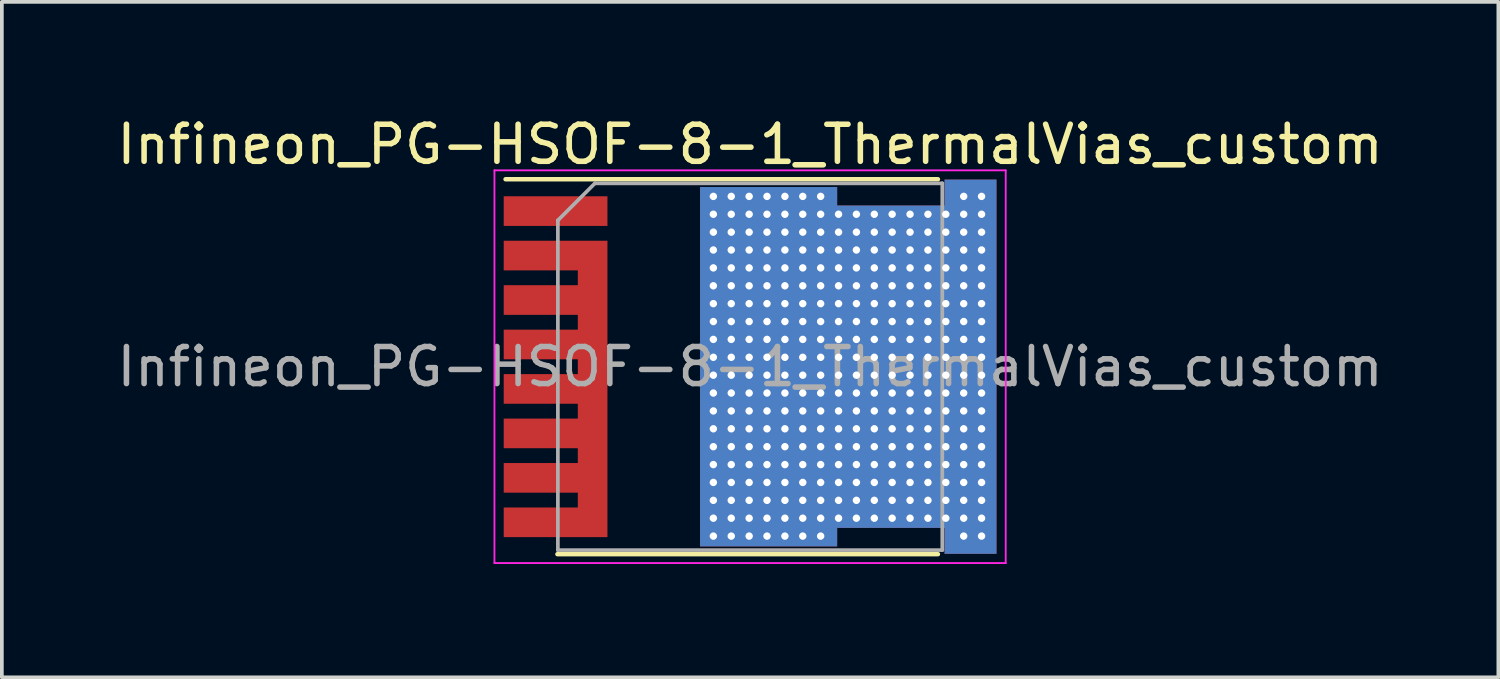
<source format=kicad_pcb>
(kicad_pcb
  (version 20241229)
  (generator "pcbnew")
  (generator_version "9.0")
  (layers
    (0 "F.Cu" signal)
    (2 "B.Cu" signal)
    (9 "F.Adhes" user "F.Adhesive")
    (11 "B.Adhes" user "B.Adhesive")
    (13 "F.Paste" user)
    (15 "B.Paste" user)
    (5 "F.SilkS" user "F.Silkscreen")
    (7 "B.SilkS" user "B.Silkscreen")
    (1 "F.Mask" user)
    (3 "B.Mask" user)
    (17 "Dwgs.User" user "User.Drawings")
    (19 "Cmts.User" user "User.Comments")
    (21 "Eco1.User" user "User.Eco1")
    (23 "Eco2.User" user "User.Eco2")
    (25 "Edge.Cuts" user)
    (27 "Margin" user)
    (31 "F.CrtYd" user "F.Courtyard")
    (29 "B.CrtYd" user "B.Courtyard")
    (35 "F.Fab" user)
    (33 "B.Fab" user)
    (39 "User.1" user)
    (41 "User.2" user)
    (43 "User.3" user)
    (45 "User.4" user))
  (footprint "Infineon_PG-HSOF-8-1_ThermalVias_custom"
    (layer "F.Cu")
    (at 17.196 6.848)
    (property "Reference" "Infineon_PG-HSOF-8-1_ThermalVias_custom" (at 0 -6 0) (layer "F.SilkS") (effects (font (size 1 1) (thickness 0.15))))
    (attr smd)
    (fp_poly (pts (xy 6.858 5.334) (xy -1.524 5.334) (xy -1.524 -5.334) (xy 6.858 -5.334)) (stroke (width 0.1) (type solid)) (fill yes) (layer "B.Mask"))
    (fp_line (start -5.2 5.06) (end 5.07 5.06) (stroke (width 0.12) (type solid)) (layer "F.SilkS"))
    (fp_line (start 5.07 -5.06) (end -6.6 -5.06) (stroke (width 0.12) (type solid)) (layer "F.SilkS"))
    (fp_line (start -6.9 5.3) (end -6.9 -5.3) (stroke (width 0.05) (type solid)) (layer "F.CrtYd"))
    (fp_line (start -6.9 5.3) (end 6.9 5.3) (stroke (width 0.05) (type solid)) (layer "F.CrtYd"))
    (fp_line (start 6.9 -5.3) (end -6.9 -5.3) (stroke (width 0.05) (type solid)) (layer "F.CrtYd"))
    (fp_line (start 6.9 -5.3) (end 6.9 5.3) (stroke (width 0.05) (type solid)) (layer "F.CrtYd"))
    (fp_line (start -5.188 4.95) (end -5.188 -3.95) (stroke (width 0.1) (type solid)) (layer "F.Fab"))
    (fp_line (start -4.188 -4.95) (end -5.188 -3.95) (stroke (width 0.1) (type solid)) (layer "F.Fab"))
    (fp_line (start -4.188 -4.95) (end 5.188 -4.95) (stroke (width 0.1) (type solid)) (layer "F.Fab"))
    (fp_line (start 5.188 -4.95) (end 5.188 4.95) (stroke (width 0.1) (type solid)) (layer "F.Fab"))
    (fp_line (start 5.188 4.95) (end -5.188 4.95) (stroke (width 0.1) (type solid)) (layer "F.Fab"))
    (fp_text user "${REFERENCE}" (at 0 0 0) (layer "F.Fab") (effects (font (size 1 1) (thickness 0.15))))
    (pad "" smd rect (at -5.25 -4.2) (size 2.6 0.7) (layers "F.Paste"))
    (pad "" smd rect (at -5.25 -3) (size 2.6 0.7) (layers "F.Paste"))
    (pad "" smd rect (at -5.25 -1.8) (size 2.6 0.7) (layers "F.Paste"))
    (pad "" smd rect (at -5.25 -0.6) (size 2.6 0.7) (layers "F.Paste"))
    (pad "" smd rect (at -5.25 0.6) (size 2.6 0.7) (layers "F.Paste"))
    (pad "" smd rect (at -5.25 1.8) (size 2.6 0.7) (layers "F.Paste"))
    (pad "" smd rect (at -5.25 3) (size 2.6 0.7) (layers "F.Paste"))
    (pad "" smd rect (at -5.25 4.2) (size 2.6 0.7) (layers "F.Paste"))
    (pad "" smd circle (at -0.07 -4.2) (size 1 1) (layers "F.Paste"))
    (pad "" smd circle (at -0.07 -3) (size 1 1) (layers "F.Paste"))
    (pad "" smd circle (at -0.07 -1.8) (size 1 1) (layers "F.Paste"))
    (pad "" smd circle (at -0.07 -0.6) (size 1 1) (layers "F.Paste"))
    (pad "" smd circle (at -0.07 0.6) (size 1 1) (layers "F.Paste"))
    (pad "" smd circle (at -0.07 1.8) (size 1 1) (layers "F.Paste"))
    (pad "" smd circle (at -0.07 3) (size 1 1) (layers "F.Paste"))
    (pad "" smd circle (at -0.07 4.2) (size 1 1) (layers "F.Paste"))
    (pad "" smd circle (at 1.13 -4.2) (size 1 1) (layers "F.Paste"))
    (pad "" smd circle (at 1.13 -3) (size 1 1) (layers "F.Paste"))
    (pad "" smd circle (at 1.13 -1.8) (size 1 1) (layers "F.Paste"))
    (pad "" smd circle (at 1.13 -0.6) (size 1 1) (layers "F.Paste"))
    (pad "" smd circle (at 1.13 0.6) (size 1 1) (layers "F.Paste"))
    (pad "" smd circle (at 1.13 1.8) (size 1 1) (layers "F.Paste"))
    (pad "" smd circle (at 1.13 3) (size 1 1) (layers "F.Paste"))
    (pad "" smd circle (at 1.13 4.2) (size 1 1) (layers "F.Paste"))
    (pad "" smd circle (at 2.33 -3) (size 1 1) (layers "F.Paste"))
    (pad "" smd circle (at 2.33 -1.8) (size 1 1) (layers "F.Paste"))
    (pad "" smd circle (at 2.33 -0.6) (size 1 1) (layers "F.Paste"))
    (pad "" smd circle (at 2.33 0.6) (size 1 1) (layers "F.Paste"))
    (pad "" smd circle (at 2.33 1.8) (size 1 1) (layers "F.Paste"))
    (pad "" smd circle (at 2.33 3) (size 1 1) (layers "F.Paste"))
    (pad "" smd circle (at 3.53 -3) (size 1 1) (layers "F.Paste"))
    (pad "" smd circle (at 3.53 -1.8) (size 1 1) (layers "F.Paste"))
    (pad "" smd circle (at 3.53 -0.6) (size 1 1) (layers "F.Paste"))
    (pad "" smd circle (at 3.53 0.6) (size 1 1) (layers "F.Paste"))
    (pad "" smd circle (at 3.53 1.8) (size 1 1) (layers "F.Paste"))
    (pad "" smd circle (at 3.53 3) (size 1 1) (layers "F.Paste"))
    (pad "" smd circle (at 4.73 -3) (size 1 1) (layers "F.Paste"))
    (pad "" smd circle (at 4.73 -1.8) (size 1 1) (layers "F.Paste"))
    (pad "" smd circle (at 4.73 -0.6) (size 1 1) (layers "F.Paste"))
    (pad "" smd circle (at 4.73 0.6) (size 1 1) (layers "F.Paste"))
    (pad "" smd circle (at 4.73 1.8) (size 1 1) (layers "F.Paste"))
    (pad "" smd circle (at 4.73 3) (size 1 1) (layers "F.Paste"))
    (pad "" smd circle (at 5.93 -4.2) (size 1 1) (layers "F.Paste"))
    (pad "" smd circle (at 5.93 -3) (size 1 1) (layers "F.Paste"))
    (pad "" smd circle (at 5.93 -1.8) (size 1 1) (layers "F.Paste"))
    (pad "" smd circle (at 5.93 -0.6) (size 1 1) (layers "F.Paste"))
    (pad "" smd circle (at 5.93 0.6) (size 1 1) (layers "F.Paste"))
    (pad "" smd circle (at 5.93 1.8) (size 1 1) (layers "F.Paste"))
    (pad "" smd circle (at 5.93 3) (size 1 1) (layers "F.Paste"))
    (pad "" smd circle (at 5.93 4.2) (size 1 1) (layers "F.Paste"))
    (pad "1" smd rect (at -5.25 -4.2) (size 2.8 0.8) (layers "F.Cu" "F.Mask"))
    (pad "2" smd custom (at -4.25 0.6) (size 0.8 8) (layers "F.Cu" "F.Mask") (options (anchor rect)) (primitives (gr_poly (pts (xy -0.4 -4) (xy -2.4 -4) (xy -2.4 -3.2) (xy -0.4 -3.2)) (width 0) (fill yes)) (gr_poly (pts (xy -0.4 -2.8) (xy -2.4 -2.8) (xy -2.4 -2) (xy -0.4 -2)) (width 0) (fill yes)) (gr_poly (pts (xy -0.4 -1.6) (xy -2.4 -1.6) (xy -2.4 -0.8) (xy -0.4 -0.8)) (width 0) (fill yes)) (gr_poly (pts (xy -0.4 -0.4) (xy -2.4 -0.4) (xy -2.4 0.4) (xy -0.4 0.4)) (width 0) (fill yes)) (gr_poly (pts (xy -0.4 0.8) (xy -2.4 0.8) (xy -2.4 1.6) (xy -0.4 1.6)) (width 0) (fill yes)) (gr_poly (pts (xy -0.4 2) (xy -2.4 2) (xy -2.4 2.8) (xy -0.4 2.8)) (width 0) (fill yes)) (gr_poly (pts (xy -0.4 3.2) (xy -2.4 3.2) (xy -2.4 4) (xy -0.4 4)) (width 0) (fill yes))))
    (pad "3" thru_hole circle (at -0.991 -4.597) (size 0.4 0.4) (drill 0.2) (layers "*.Cu"))
    (pad "3" thru_hole circle (at -0.991 -4.115) (size 0.4 0.4) (drill 0.2) (layers "*.Cu"))
    (pad "3" thru_hole circle (at -0.991 -3.632) (size 0.4 0.4) (drill 0.2) (layers "*.Cu"))
    (pad "3" thru_hole circle (at -0.991 -3.15) (size 0.4 0.4) (drill 0.2) (layers "*.Cu"))
    (pad "3" thru_hole circle (at -0.991 -2.667) (size 0.4 0.4) (drill 0.2) (layers "*.Cu"))
    (pad "3" thru_hole circle (at -0.991 -2.184) (size 0.4 0.4) (drill 0.2) (layers "*.Cu"))
    (pad "3" thru_hole circle (at -0.991 -1.702) (size 0.4 0.4) (drill 0.2) (layers "*.Cu"))
    (pad "3" thru_hole circle (at -0.991 -1.219) (size 0.4 0.4) (drill 0.2) (layers "*.Cu"))
    (pad "3" thru_hole circle (at -0.991 -0.737) (size 0.4 0.4) (drill 0.2) (layers "*.Cu"))
    (pad "3" thru_hole circle (at -0.991 -0.254) (size 0.4 0.4) (drill 0.2) (layers "*.Cu"))
    (pad "3" thru_hole circle (at -0.991 0.229) (size 0.4 0.4) (drill 0.2) (layers "*.Cu"))
    (pad "3" thru_hole circle (at -0.991 0.711) (size 0.4 0.4) (drill 0.2) (layers "*.Cu"))
    (pad "3" thru_hole circle (at -0.991 1.194) (size 0.4 0.4) (drill 0.2) (layers "*.Cu"))
    (pad "3" thru_hole circle (at -0.991 1.676) (size 0.4 0.4) (drill 0.2) (layers "*.Cu"))
    (pad "3" thru_hole circle (at -0.991 2.159) (size 0.4 0.4) (drill 0.2) (layers "*.Cu"))
    (pad "3" thru_hole circle (at -0.991 2.642) (size 0.4 0.4) (drill 0.2) (layers "*.Cu"))
    (pad "3" thru_hole circle (at -0.991 3.124) (size 0.4 0.4) (drill 0.2) (layers "*.Cu"))
    (pad "3" thru_hole circle (at -0.991 3.607) (size 0.4 0.4) (drill 0.2) (layers "*.Cu"))
    (pad "3" thru_hole circle (at -0.991 4.089) (size 0.4 0.4) (drill 0.2) (layers "*.Cu"))
    (pad "3" thru_hole circle (at -0.991 4.572) (size 0.4 0.4) (drill 0.2) (layers "*.Cu"))
    (pad "3" thru_hole circle (at -0.508 -4.597) (size 0.4 0.4) (drill 0.2) (layers "*.Cu"))
    (pad "3" thru_hole circle (at -0.508 -4.115) (size 0.4 0.4) (drill 0.2) (layers "*.Cu"))
    (pad "3" thru_hole circle (at -0.508 -3.632) (size 0.4 0.4) (drill 0.2) (layers "*.Cu"))
    (pad "3" thru_hole circle (at -0.508 -3.15) (size 0.4 0.4) (drill 0.2) (layers "*.Cu"))
    (pad "3" thru_hole circle (at -0.508 -2.667) (size 0.4 0.4) (drill 0.2) (layers "*.Cu"))
    (pad "3" thru_hole circle (at -0.508 -2.184) (size 0.4 0.4) (drill 0.2) (layers "*.Cu"))
    (pad "3" thru_hole circle (at -0.508 -1.702) (size 0.4 0.4) (drill 0.2) (layers "*.Cu"))
    (pad "3" thru_hole circle (at -0.508 -1.219) (size 0.4 0.4) (drill 0.2) (layers "*.Cu"))
    (pad "3" thru_hole circle (at -0.508 -0.737) (size 0.4 0.4) (drill 0.2) (layers "*.Cu"))
    (pad "3" thru_hole circle (at -0.508 -0.254) (size 0.4 0.4) (drill 0.2) (layers "*.Cu"))
    (pad "3" thru_hole circle (at -0.508 0.229) (size 0.4 0.4) (drill 0.2) (layers "*.Cu"))
    (pad "3" thru_hole circle (at -0.508 0.711) (size 0.4 0.4) (drill 0.2) (layers "*.Cu"))
    (pad "3" thru_hole circle (at -0.508 1.194) (size 0.4 0.4) (drill 0.2) (layers "*.Cu"))
    (pad "3" thru_hole circle (at -0.508 1.676) (size 0.4 0.4) (drill 0.2) (layers "*.Cu"))
    (pad "3" thru_hole circle (at -0.508 2.159) (size 0.4 0.4) (drill 0.2) (layers "*.Cu"))
    (pad "3" thru_hole circle (at -0.508 2.642) (size 0.4 0.4) (drill 0.2) (layers "*.Cu"))
    (pad "3" thru_hole circle (at -0.508 3.124) (size 0.4 0.4) (drill 0.2) (layers "*.Cu"))
    (pad "3" thru_hole circle (at -0.508 3.607) (size 0.4 0.4) (drill 0.2) (layers "*.Cu"))
    (pad "3" thru_hole circle (at -0.508 4.089) (size 0.4 0.4) (drill 0.2) (layers "*.Cu"))
    (pad "3" thru_hole circle (at -0.508 4.572) (size 0.4 0.4) (drill 0.2) (layers "*.Cu"))
    (pad "3" thru_hole circle (at -0.025 -4.597) (size 0.4 0.4) (drill 0.2) (layers "*.Cu"))
    (pad "3" thru_hole circle (at -0.025 -4.115) (size 0.4 0.4) (drill 0.2) (layers "*.Cu"))
    (pad "3" thru_hole circle (at -0.025 -3.632) (size 0.4 0.4) (drill 0.2) (layers "*.Cu"))
    (pad "3" thru_hole circle (at -0.025 -3.15) (size 0.4 0.4) (drill 0.2) (layers "*.Cu"))
    (pad "3" thru_hole circle (at -0.025 -2.667) (size 0.4 0.4) (drill 0.2) (layers "*.Cu"))
    (pad "3" thru_hole circle (at -0.025 -2.184) (size 0.4 0.4) (drill 0.2) (layers "*.Cu"))
    (pad "3" thru_hole circle (at -0.025 -1.702) (size 0.4 0.4) (drill 0.2) (layers "*.Cu"))
    (pad "3" thru_hole circle (at -0.025 -1.219) (size 0.4 0.4) (drill 0.2) (layers "*.Cu"))
    (pad "3" thru_hole circle (at -0.025 -0.737) (size 0.4 0.4) (drill 0.2) (layers "*.Cu"))
    (pad "3" thru_hole circle (at -0.025 -0.254) (size 0.4 0.4) (drill 0.2) (layers "*.Cu"))
    (pad "3" thru_hole circle (at -0.025 0.229) (size 0.4 0.4) (drill 0.2) (layers "*.Cu"))
    (pad "3" thru_hole circle (at -0.025 0.711) (size 0.4 0.4) (drill 0.2) (layers "*.Cu"))
    (pad "3" thru_hole circle (at -0.025 1.194) (size 0.4 0.4) (drill 0.2) (layers "*.Cu"))
    (pad "3" thru_hole circle (at -0.025 1.676) (size 0.4 0.4) (drill 0.2) (layers "*.Cu"))
    (pad "3" thru_hole circle (at -0.025 2.159) (size 0.4 0.4) (drill 0.2) (layers "*.Cu"))
    (pad "3" thru_hole circle (at -0.025 2.642) (size 0.4 0.4) (drill 0.2) (layers "*.Cu"))
    (pad "3" thru_hole circle (at -0.025 3.124) (size 0.4 0.4) (drill 0.2) (layers "*.Cu"))
    (pad "3" thru_hole circle (at -0.025 3.607) (size 0.4 0.4) (drill 0.2) (layers "*.Cu"))
    (pad "3" thru_hole circle (at -0.025 4.089) (size 0.4 0.4) (drill 0.2) (layers "*.Cu"))
    (pad "3" thru_hole circle (at -0.025 4.572) (size 0.4 0.4) (drill 0.2) (layers "*.Cu"))
    (pad "3" thru_hole circle (at 0.457 -4.597) (size 0.4 0.4) (drill 0.2) (layers "*.Cu"))
    (pad "3" thru_hole circle (at 0.457 -4.115) (size 0.4 0.4) (drill 0.2) (layers "*.Cu"))
    (pad "3" thru_hole circle (at 0.457 -3.632) (size 0.4 0.4) (drill 0.2) (layers "*.Cu"))
    (pad "3" thru_hole circle (at 0.457 -3.15) (size 0.4 0.4) (drill 0.2) (layers "*.Cu"))
    (pad "3" thru_hole circle (at 0.457 -2.667) (size 0.4 0.4) (drill 0.2) (layers "*.Cu"))
    (pad "3" thru_hole circle (at 0.457 -2.184) (size 0.4 0.4) (drill 0.2) (layers "*.Cu"))
    (pad "3" thru_hole circle (at 0.457 -1.702) (size 0.4 0.4) (drill 0.2) (layers "*.Cu"))
    (pad "3" thru_hole circle (at 0.457 -1.219) (size 0.4 0.4) (drill 0.2) (layers "*.Cu"))
    (pad "3" thru_hole circle (at 0.457 -0.737) (size 0.4 0.4) (drill 0.2) (layers "*.Cu"))
    (pad "3" thru_hole circle (at 0.457 -0.254) (size 0.4 0.4) (drill 0.2) (layers "*.Cu"))
    (pad "3" thru_hole circle (at 0.457 0.229) (size 0.4 0.4) (drill 0.2) (layers "*.Cu"))
    (pad "3" thru_hole circle (at 0.457 0.711) (size 0.4 0.4) (drill 0.2) (layers "*.Cu"))
    (pad "3" thru_hole circle (at 0.457 1.194) (size 0.4 0.4) (drill 0.2) (layers "*.Cu"))
    (pad "3" thru_hole circle (at 0.457 1.676) (size 0.4 0.4) (drill 0.2) (layers "*.Cu"))
    (pad "3" thru_hole circle (at 0.457 2.159) (size 0.4 0.4) (drill 0.2) (layers "*.Cu"))
    (pad "3" thru_hole circle (at 0.457 2.642) (size 0.4 0.4) (drill 0.2) (layers "*.Cu"))
    (pad "3" thru_hole circle (at 0.457 3.124) (size 0.4 0.4) (drill 0.2) (layers "*.Cu"))
    (pad "3" thru_hole circle (at 0.457 3.607) (size 0.4 0.4) (drill 0.2) (layers "*.Cu"))
    (pad "3" thru_hole circle (at 0.457 4.089) (size 0.4 0.4) (drill 0.2) (layers "*.Cu"))
    (pad "3" thru_hole circle (at 0.457 4.572) (size 0.4 0.4) (drill 0.2) (layers "*.Cu"))
    (pad "3" thru_hole circle (at 0.94 -4.597) (size 0.4 0.4) (drill 0.2) (layers "*.Cu"))
    (pad "3" thru_hole circle (at 0.94 -4.115) (size 0.4 0.4) (drill 0.2) (layers "*.Cu"))
    (pad "3" thru_hole circle (at 0.94 -3.632) (size 0.4 0.4) (drill 0.2) (layers "*.Cu"))
    (pad "3" thru_hole circle (at 0.94 -3.15) (size 0.4 0.4) (drill 0.2) (layers "*.Cu"))
    (pad "3" thru_hole circle (at 0.94 -2.667) (size 0.4 0.4) (drill 0.2) (layers "*.Cu"))
    (pad "3" thru_hole circle (at 0.94 -2.184) (size 0.4 0.4) (drill 0.2) (layers "*.Cu"))
    (pad "3" thru_hole circle (at 0.94 -1.702) (size 0.4 0.4) (drill 0.2) (layers "*.Cu"))
    (pad "3" thru_hole circle (at 0.94 -1.219) (size 0.4 0.4) (drill 0.2) (layers "*.Cu"))
    (pad "3" thru_hole circle (at 0.94 -0.737) (size 0.4 0.4) (drill 0.2) (layers "*.Cu"))
    (pad "3" thru_hole circle (at 0.94 -0.254) (size 0.4 0.4) (drill 0.2) (layers "*.Cu"))
    (pad "3" thru_hole circle (at 0.94 0.229) (size 0.4 0.4) (drill 0.2) (layers "*.Cu"))
    (pad "3" thru_hole circle (at 0.94 0.711) (size 0.4 0.4) (drill 0.2) (layers "*.Cu"))
    (pad "3" thru_hole circle (at 0.94 1.194) (size 0.4 0.4) (drill 0.2) (layers "*.Cu"))
    (pad "3" thru_hole circle (at 0.94 1.676) (size 0.4 0.4) (drill 0.2) (layers "*.Cu"))
    (pad "3" thru_hole circle (at 0.94 2.159) (size 0.4 0.4) (drill 0.2) (layers "*.Cu"))
    (pad "3" thru_hole circle (at 0.94 2.642) (size 0.4 0.4) (drill 0.2) (layers "*.Cu"))
    (pad "3" thru_hole circle (at 0.94 3.124) (size 0.4 0.4) (drill 0.2) (layers "*.Cu"))
    (pad "3" thru_hole circle (at 0.94 3.607) (size 0.4 0.4) (drill 0.2) (layers "*.Cu"))
    (pad "3" thru_hole circle (at 0.94 4.089) (size 0.4 0.4) (drill 0.2) (layers "*.Cu"))
    (pad "3" thru_hole circle (at 0.94 4.572) (size 0.4 0.4) (drill 0.2) (layers "*.Cu"))
    (pad "3" thru_hole circle (at 1.422 -4.597) (size 0.4 0.4) (drill 0.2) (layers "*.Cu"))
    (pad "3" thru_hole circle (at 1.422 -4.115) (size 0.4 0.4) (drill 0.2) (layers "*.Cu"))
    (pad "3" thru_hole circle (at 1.422 -3.632) (size 0.4 0.4) (drill 0.2) (layers "*.Cu"))
    (pad "3" thru_hole circle (at 1.422 -3.15) (size 0.4 0.4) (drill 0.2) (layers "*.Cu"))
    (pad "3" thru_hole circle (at 1.422 -2.667) (size 0.4 0.4) (drill 0.2) (layers "*.Cu"))
    (pad "3" thru_hole circle (at 1.422 -2.184) (size 0.4 0.4) (drill 0.2) (layers "*.Cu"))
    (pad "3" thru_hole circle (at 1.422 -1.702) (size 0.4 0.4) (drill 0.2) (layers "*.Cu"))
    (pad "3" thru_hole circle (at 1.422 -1.219) (size 0.4 0.4) (drill 0.2) (layers "*.Cu"))
    (pad "3" thru_hole circle (at 1.422 -0.737) (size 0.4 0.4) (drill 0.2) (layers "*.Cu"))
    (pad "3" thru_hole circle (at 1.422 -0.254) (size 0.4 0.4) (drill 0.2) (layers "*.Cu"))
    (pad "3" thru_hole circle (at 1.422 0.229) (size 0.4 0.4) (drill 0.2) (layers "*.Cu"))
    (pad "3" thru_hole circle (at 1.422 0.711) (size 0.4 0.4) (drill 0.2) (layers "*.Cu"))
    (pad "3" thru_hole circle (at 1.422 1.194) (size 0.4 0.4) (drill 0.2) (layers "*.Cu"))
    (pad "3" thru_hole circle (at 1.422 1.676) (size 0.4 0.4) (drill 0.2) (layers "*.Cu"))
    (pad "3" thru_hole circle (at 1.422 2.159) (size 0.4 0.4) (drill 0.2) (layers "*.Cu"))
    (pad "3" thru_hole circle (at 1.422 2.642) (size 0.4 0.4) (drill 0.2) (layers "*.Cu"))
    (pad "3" thru_hole circle (at 1.422 3.124) (size 0.4 0.4) (drill 0.2) (layers "*.Cu"))
    (pad "3" thru_hole circle (at 1.422 3.607) (size 0.4 0.4) (drill 0.2) (layers "*.Cu"))
    (pad "3" thru_hole circle (at 1.422 4.089) (size 0.4 0.4) (drill 0.2) (layers "*.Cu"))
    (pad "3" thru_hole circle (at 1.422 4.572) (size 0.4 0.4) (drill 0.2) (layers "*.Cu"))
    (pad "3" thru_hole circle (at 1.905 -4.597) (size 0.4 0.4) (drill 0.2) (layers "*.Cu"))
    (pad "3" thru_hole circle (at 1.905 -4.115) (size 0.4 0.4) (drill 0.2) (layers "*.Cu"))
    (pad "3" thru_hole circle (at 1.905 -3.632) (size 0.4 0.4) (drill 0.2) (layers "*.Cu"))
    (pad "3" thru_hole circle (at 1.905 -3.15) (size 0.4 0.4) (drill 0.2) (layers "*.Cu"))
    (pad "3" thru_hole circle (at 1.905 -2.667) (size 0.4 0.4) (drill 0.2) (layers "*.Cu"))
    (pad "3" thru_hole circle (at 1.905 -2.184) (size 0.4 0.4) (drill 0.2) (layers "*.Cu"))
    (pad "3" thru_hole circle (at 1.905 -1.702) (size 0.4 0.4) (drill 0.2) (layers "*.Cu"))
    (pad "3" thru_hole circle (at 1.905 -1.219) (size 0.4 0.4) (drill 0.2) (layers "*.Cu"))
    (pad "3" thru_hole circle (at 1.905 -0.737) (size 0.4 0.4) (drill 0.2) (layers "*.Cu"))
    (pad "3" thru_hole circle (at 1.905 -0.254) (size 0.4 0.4) (drill 0.2) (layers "*.Cu"))
    (pad "3" thru_hole circle (at 1.905 0.229) (size 0.4 0.4) (drill 0.2) (layers "*.Cu"))
    (pad "3" thru_hole circle (at 1.905 0.711) (size 0.4 0.4) (drill 0.2) (layers "*.Cu"))
    (pad "3" thru_hole circle (at 1.905 1.194) (size 0.4 0.4) (drill 0.2) (layers "*.Cu"))
    (pad "3" thru_hole circle (at 1.905 1.676) (size 0.4 0.4) (drill 0.2) (layers "*.Cu"))
    (pad "3" thru_hole circle (at 1.905 2.159) (size 0.4 0.4) (drill 0.2) (layers "*.Cu"))
    (pad "3" thru_hole circle (at 1.905 2.642) (size 0.4 0.4) (drill 0.2) (layers "*.Cu"))
    (pad "3" thru_hole circle (at 1.905 3.124) (size 0.4 0.4) (drill 0.2) (layers "*.Cu"))
    (pad "3" thru_hole circle (at 1.905 3.607) (size 0.4 0.4) (drill 0.2) (layers "*.Cu"))
    (pad "3" thru_hole circle (at 1.905 4.089) (size 0.4 0.4) (drill 0.2) (layers "*.Cu"))
    (pad "3" thru_hole circle (at 1.905 4.572) (size 0.4 0.4) (drill 0.2) (layers "*.Cu"))
    (pad "3" thru_hole circle (at 2.388 -4.115) (size 0.4 0.4) (drill 0.2) (layers "*.Cu"))
    (pad "3" thru_hole circle (at 2.388 -3.632) (size 0.4 0.4) (drill 0.2) (layers "*.Cu"))
    (pad "3" thru_hole circle (at 2.388 -3.15) (size 0.4 0.4) (drill 0.2) (layers "*.Cu"))
    (pad "3" thru_hole circle (at 2.388 -2.667) (size 0.4 0.4) (drill 0.2) (layers "*.Cu"))
    (pad "3" thru_hole circle (at 2.388 -2.184) (size 0.4 0.4) (drill 0.2) (layers "*.Cu"))
    (pad "3" thru_hole circle (at 2.388 -1.702) (size 0.4 0.4) (drill 0.2) (layers "*.Cu"))
    (pad "3" thru_hole circle (at 2.388 -1.219) (size 0.4 0.4) (drill 0.2) (layers "*.Cu"))
    (pad "3" thru_hole circle (at 2.388 -0.737) (size 0.4 0.4) (drill 0.2) (layers "*.Cu"))
    (pad "3" thru_hole circle (at 2.388 -0.254) (size 0.4 0.4) (drill 0.2) (layers "*.Cu"))
    (pad "3" thru_hole circle (at 2.388 0.229) (size 0.4 0.4) (drill 0.2) (layers "*.Cu"))
    (pad "3" thru_hole circle (at 2.388 0.711) (size 0.4 0.4) (drill 0.2) (layers "*.Cu"))
    (pad "3" thru_hole circle (at 2.388 1.194) (size 0.4 0.4) (drill 0.2) (layers "*.Cu"))
    (pad "3" thru_hole circle (at 2.388 1.676) (size 0.4 0.4) (drill 0.2) (layers "*.Cu"))
    (pad "3" thru_hole circle (at 2.388 2.159) (size 0.4 0.4) (drill 0.2) (layers "*.Cu"))
    (pad "3" thru_hole circle (at 2.388 2.642) (size 0.4 0.4) (drill 0.2) (layers "*.Cu"))
    (pad "3" thru_hole circle (at 2.388 3.124) (size 0.4 0.4) (drill 0.2) (layers "*.Cu"))
    (pad "3" thru_hole circle (at 2.388 3.607) (size 0.4 0.4) (drill 0.2) (layers "*.Cu"))
    (pad "3" thru_hole circle (at 2.388 4.089) (size 0.4 0.4) (drill 0.2) (layers "*.Cu"))
    (pad "3" thru_hole circle (at 2.87 -4.115) (size 0.4 0.4) (drill 0.2) (layers "*.Cu"))
    (pad "3" thru_hole circle (at 2.87 -3.632) (size 0.4 0.4) (drill 0.2) (layers "*.Cu"))
    (pad "3" thru_hole circle (at 2.87 -3.15) (size 0.4 0.4) (drill 0.2) (layers "*.Cu"))
    (pad "3" thru_hole circle (at 2.87 -2.667) (size 0.4 0.4) (drill 0.2) (layers "*.Cu"))
    (pad "3" thru_hole circle (at 2.87 -2.184) (size 0.4 0.4) (drill 0.2) (layers "*.Cu"))
    (pad "3" thru_hole circle (at 2.87 -1.702) (size 0.4 0.4) (drill 0.2) (layers "*.Cu"))
    (pad "3" thru_hole circle (at 2.87 -1.219) (size 0.4 0.4) (drill 0.2) (layers "*.Cu"))
    (pad "3" thru_hole circle (at 2.87 -0.737) (size 0.4 0.4) (drill 0.2) (layers "*.Cu"))
    (pad "3" thru_hole circle (at 2.87 -0.254) (size 0.4 0.4) (drill 0.2) (layers "*.Cu"))
    (pad "3" thru_hole circle (at 2.87 0.229) (size 0.4 0.4) (drill 0.2) (layers "*.Cu"))
    (pad "3" thru_hole circle (at 2.87 0.711) (size 0.4 0.4) (drill 0.2) (layers "*.Cu"))
    (pad "3" thru_hole circle (at 2.87 1.194) (size 0.4 0.4) (drill 0.2) (layers "*.Cu"))
    (pad "3" thru_hole circle (at 2.87 1.676) (size 0.4 0.4) (drill 0.2) (layers "*.Cu"))
    (pad "3" thru_hole circle (at 2.87 2.159) (size 0.4 0.4) (drill 0.2) (layers "*.Cu"))
    (pad "3" thru_hole circle (at 2.87 2.642) (size 0.4 0.4) (drill 0.2) (layers "*.Cu"))
    (pad "3" thru_hole circle (at 2.87 3.124) (size 0.4 0.4) (drill 0.2) (layers "*.Cu"))
    (pad "3" thru_hole circle (at 2.87 3.607) (size 0.4 0.4) (drill 0.2) (layers "*.Cu"))
    (pad "3" thru_hole circle (at 2.87 4.089) (size 0.4 0.4) (drill 0.2) (layers "*.Cu"))
    (pad "3" thru_hole circle (at 3.353 -4.115) (size 0.4 0.4) (drill 0.2) (layers "*.Cu"))
    (pad "3" thru_hole circle (at 3.353 -3.632) (size 0.4 0.4) (drill 0.2) (layers "*.Cu"))
    (pad "3" thru_hole circle (at 3.353 -3.15) (size 0.4 0.4) (drill 0.2) (layers "*.Cu"))
    (pad "3" thru_hole circle (at 3.353 -2.667) (size 0.4 0.4) (drill 0.2) (layers "*.Cu"))
    (pad "3" thru_hole circle (at 3.353 -2.184) (size 0.4 0.4) (drill 0.2) (layers "*.Cu"))
    (pad "3" thru_hole circle (at 3.353 -1.702) (size 0.4 0.4) (drill 0.2) (layers "*.Cu"))
    (pad "3" thru_hole circle (at 3.353 -1.219) (size 0.4 0.4) (drill 0.2) (layers "*.Cu"))
    (pad "3" thru_hole circle (at 3.353 -0.737) (size 0.4 0.4) (drill 0.2) (layers "*.Cu"))
    (pad "3" thru_hole circle (at 3.353 -0.254) (size 0.4 0.4) (drill 0.2) (layers "*.Cu"))
    (pad "3" thru_hole circle (at 3.353 0.229) (size 0.4 0.4) (drill 0.2) (layers "*.Cu"))
    (pad "3" thru_hole circle (at 3.353 0.711) (size 0.4 0.4) (drill 0.2) (layers "*.Cu"))
    (pad "3" thru_hole circle (at 3.353 1.194) (size 0.4 0.4) (drill 0.2) (layers "*.Cu"))
    (pad "3" thru_hole circle (at 3.353 1.676) (size 0.4 0.4) (drill 0.2) (layers "*.Cu"))
    (pad "3" thru_hole circle (at 3.353 2.159) (size 0.4 0.4) (drill 0.2) (layers "*.Cu"))
    (pad "3" thru_hole circle (at 3.353 2.642) (size 0.4 0.4) (drill 0.2) (layers "*.Cu"))
    (pad "3" thru_hole circle (at 3.353 3.124) (size 0.4 0.4) (drill 0.2) (layers "*.Cu"))
    (pad "3" thru_hole circle (at 3.353 3.607) (size 0.4 0.4) (drill 0.2) (layers "*.Cu"))
    (pad "3" thru_hole circle (at 3.353 4.089) (size 0.4 0.4) (drill 0.2) (layers "*.Cu"))
    (pad "3" thru_hole circle (at 3.835 -4.115) (size 0.4 0.4) (drill 0.2) (layers "*.Cu"))
    (pad "3" thru_hole circle (at 3.835 -3.632) (size 0.4 0.4) (drill 0.2) (layers "*.Cu"))
    (pad "3" thru_hole circle (at 3.835 -3.15) (size 0.4 0.4) (drill 0.2) (layers "*.Cu"))
    (pad "3" thru_hole circle (at 3.835 -2.667) (size 0.4 0.4) (drill 0.2) (layers "*.Cu"))
    (pad "3" thru_hole circle (at 3.835 -2.184) (size 0.4 0.4) (drill 0.2) (layers "*.Cu"))
    (pad "3" thru_hole circle (at 3.835 -1.702) (size 0.4 0.4) (drill 0.2) (layers "*.Cu"))
    (pad "3" thru_hole circle (at 3.835 -1.219) (size 0.4 0.4) (drill 0.2) (layers "*.Cu"))
    (pad "3" thru_hole circle (at 3.835 -0.737) (size 0.4 0.4) (drill 0.2) (layers "*.Cu"))
    (pad "3" thru_hole circle (at 3.835 -0.254) (size 0.4 0.4) (drill 0.2) (layers "*.Cu"))
    (pad "3" thru_hole circle (at 3.835 0.229) (size 0.4 0.4) (drill 0.2) (layers "*.Cu"))
    (pad "3" thru_hole circle (at 3.835 0.711) (size 0.4 0.4) (drill 0.2) (layers "*.Cu"))
    (pad "3" thru_hole circle (at 3.835 1.194) (size 0.4 0.4) (drill 0.2) (layers "*.Cu"))
    (pad "3" thru_hole circle (at 3.835 1.676) (size 0.4 0.4) (drill 0.2) (layers "*.Cu"))
    (pad "3" thru_hole circle (at 3.835 2.159) (size 0.4 0.4) (drill 0.2) (layers "*.Cu"))
    (pad "3" thru_hole circle (at 3.835 2.642) (size 0.4 0.4) (drill 0.2) (layers "*.Cu"))
    (pad "3" thru_hole circle (at 3.835 3.124) (size 0.4 0.4) (drill 0.2) (layers "*.Cu"))
    (pad "3" thru_hole circle (at 3.835 3.607) (size 0.4 0.4) (drill 0.2) (layers "*.Cu"))
    (pad "3" thru_hole circle (at 3.835 4.089) (size 0.4 0.4) (drill 0.2) (layers "*.Cu"))
    (pad "3" thru_hole circle (at 4.318 -4.115) (size 0.4 0.4) (drill 0.2) (layers "*.Cu"))
    (pad "3" thru_hole circle (at 4.318 -3.632) (size 0.4 0.4) (drill 0.2) (layers "*.Cu"))
    (pad "3" thru_hole circle (at 4.318 -3.15) (size 0.4 0.4) (drill 0.2) (layers "*.Cu"))
    (pad "3" thru_hole circle (at 4.318 -2.667) (size 0.4 0.4) (drill 0.2) (layers "*.Cu"))
    (pad "3" thru_hole circle (at 4.318 -2.184) (size 0.4 0.4) (drill 0.2) (layers "*.Cu"))
    (pad "3" thru_hole circle (at 4.318 -1.702) (size 0.4 0.4) (drill 0.2) (layers "*.Cu"))
    (pad "3" thru_hole circle (at 4.318 -1.219) (size 0.4 0.4) (drill 0.2) (layers "*.Cu"))
    (pad "3" thru_hole circle (at 4.318 -0.737) (size 0.4 0.4) (drill 0.2) (layers "*.Cu"))
    (pad "3" thru_hole circle (at 4.318 -0.254) (size 0.4 0.4) (drill 0.2) (layers "*.Cu"))
    (pad "3" thru_hole circle (at 4.318 0.229) (size 0.4 0.4) (drill 0.2) (layers "*.Cu"))
    (pad "3" thru_hole circle (at 4.318 0.711) (size 0.4 0.4) (drill 0.2) (layers "*.Cu"))
    (pad "3" thru_hole circle (at 4.318 1.194) (size 0.4 0.4) (drill 0.2) (layers "*.Cu"))
    (pad "3" thru_hole circle (at 4.318 1.676) (size 0.4 0.4) (drill 0.2) (layers "*.Cu"))
    (pad "3" thru_hole circle (at 4.318 2.159) (size 0.4 0.4) (drill 0.2) (layers "*.Cu"))
    (pad "3" thru_hole circle (at 4.318 2.642) (size 0.4 0.4) (drill 0.2) (layers "*.Cu"))
    (pad "3" thru_hole circle (at 4.318 3.124) (size 0.4 0.4) (drill 0.2) (layers "*.Cu"))
    (pad "3" thru_hole circle (at 4.318 3.607) (size 0.4 0.4) (drill 0.2) (layers "*.Cu"))
    (pad "3" thru_hole circle (at 4.318 4.089) (size 0.4 0.4) (drill 0.2) (layers "*.Cu"))
    (pad "3" thru_hole circle (at 4.801 -4.115) (size 0.4 0.4) (drill 0.2) (layers "*.Cu"))
    (pad "3" thru_hole circle (at 4.801 -3.632) (size 0.4 0.4) (drill 0.2) (layers "*.Cu"))
    (pad "3" thru_hole circle (at 4.801 -3.15) (size 0.4 0.4) (drill 0.2) (layers "*.Cu"))
    (pad "3" thru_hole circle (at 4.801 -2.667) (size 0.4 0.4) (drill 0.2) (layers "*.Cu"))
    (pad "3" thru_hole circle (at 4.801 -2.184) (size 0.4 0.4) (drill 0.2) (layers "*.Cu"))
    (pad "3" thru_hole circle (at 4.801 -1.702) (size 0.4 0.4) (drill 0.2) (layers "*.Cu"))
    (pad "3" thru_hole circle (at 4.801 -1.219) (size 0.4 0.4) (drill 0.2) (layers "*.Cu"))
    (pad "3" thru_hole circle (at 4.801 -0.737) (size 0.4 0.4) (drill 0.2) (layers "*.Cu"))
    (pad "3" thru_hole circle (at 4.801 -0.254) (size 0.4 0.4) (drill 0.2) (layers "*.Cu"))
    (pad "3" thru_hole circle (at 4.801 0.229) (size 0.4 0.4) (drill 0.2) (layers "*.Cu"))
    (pad "3" thru_hole circle (at 4.801 0.711) (size 0.4 0.4) (drill 0.2) (layers "*.Cu"))
    (pad "3" thru_hole circle (at 4.801 1.194) (size 0.4 0.4) (drill 0.2) (layers "*.Cu"))
    (pad "3" thru_hole circle (at 4.801 1.676) (size 0.4 0.4) (drill 0.2) (layers "*.Cu"))
    (pad "3" thru_hole circle (at 4.801 2.159) (size 0.4 0.4) (drill 0.2) (layers "*.Cu"))
    (pad "3" thru_hole circle (at 4.801 2.642) (size 0.4 0.4) (drill 0.2) (layers "*.Cu"))
    (pad "3" thru_hole circle (at 4.801 3.124) (size 0.4 0.4) (drill 0.2) (layers "*.Cu"))
    (pad "3" thru_hole circle (at 4.801 3.607) (size 0.4 0.4) (drill 0.2) (layers "*.Cu"))
    (pad "3" thru_hole circle (at 4.801 4.089) (size 0.4 0.4) (drill 0.2) (layers "*.Cu"))
    (pad "3" thru_hole circle (at 5.283 -4.115) (size 0.4 0.4) (drill 0.2) (layers "*.Cu"))
    (pad "3" thru_hole circle (at 5.283 -3.632) (size 0.4 0.4) (drill 0.2) (layers "*.Cu"))
    (pad "3" thru_hole circle (at 5.283 -3.15) (size 0.4 0.4) (drill 0.2) (layers "*.Cu"))
    (pad "3" thru_hole circle (at 5.283 -2.667) (size 0.4 0.4) (drill 0.2) (layers "*.Cu"))
    (pad "3" thru_hole circle (at 5.283 -2.184) (size 0.4 0.4) (drill 0.2) (layers "*.Cu"))
    (pad "3" thru_hole circle (at 5.283 -1.702) (size 0.4 0.4) (drill 0.2) (layers "*.Cu"))
    (pad "3" thru_hole circle (at 5.283 -1.219) (size 0.4 0.4) (drill 0.2) (layers "*.Cu"))
    (pad "3" thru_hole circle (at 5.283 -0.737) (size 0.4 0.4) (drill 0.2) (layers "*.Cu"))
    (pad "3" thru_hole circle (at 5.283 -0.254) (size 0.4 0.4) (drill 0.2) (layers "*.Cu"))
    (pad "3" thru_hole circle (at 5.283 0.229) (size 0.4 0.4) (drill 0.2) (layers "*.Cu"))
    (pad "3" thru_hole circle (at 5.283 0.711) (size 0.4 0.4) (drill 0.2) (layers "*.Cu"))
    (pad "3" thru_hole circle (at 5.283 1.194) (size 0.4 0.4) (drill 0.2) (layers "*.Cu"))
    (pad "3" thru_hole circle (at 5.283 1.676) (size 0.4 0.4) (drill 0.2) (layers "*.Cu"))
    (pad "3" thru_hole circle (at 5.283 2.159) (size 0.4 0.4) (drill 0.2) (layers "*.Cu"))
    (pad "3" thru_hole circle (at 5.283 2.642) (size 0.4 0.4) (drill 0.2) (layers "*.Cu"))
    (pad "3" thru_hole circle (at 5.283 3.124) (size 0.4 0.4) (drill 0.2) (layers "*.Cu"))
    (pad "3" thru_hole circle (at 5.283 3.607) (size 0.4 0.4) (drill 0.2) (layers "*.Cu"))
    (pad "3" thru_hole circle (at 5.283 4.089) (size 0.4 0.4) (drill 0.2) (layers "*.Cu"))
    (pad "3" thru_hole circle (at 5.766 -4.597) (size 0.4 0.4) (drill 0.2) (layers "*.Cu"))
    (pad "3" thru_hole circle (at 5.766 -4.115) (size 0.4 0.4) (drill 0.2) (layers "*.Cu"))
    (pad "3" thru_hole circle (at 5.766 -3.632) (size 0.4 0.4) (drill 0.2) (layers "*.Cu"))
    (pad "3" thru_hole circle (at 5.766 -3.15) (size 0.4 0.4) (drill 0.2) (layers "*.Cu"))
    (pad "3" thru_hole circle (at 5.766 -2.667) (size 0.4 0.4) (drill 0.2) (layers "*.Cu"))
    (pad "3" thru_hole circle (at 5.766 -2.184) (size 0.4 0.4) (drill 0.2) (layers "*.Cu"))
    (pad "3" thru_hole circle (at 5.766 -1.702) (size 0.4 0.4) (drill 0.2) (layers "*.Cu"))
    (pad "3" thru_hole circle (at 5.766 -1.219) (size 0.4 0.4) (drill 0.2) (layers "*.Cu"))
    (pad "3" thru_hole circle (at 5.766 -0.737) (size 0.4 0.4) (drill 0.2) (layers "*.Cu"))
    (pad "3" thru_hole circle (at 5.766 -0.254) (size 0.4 0.4) (drill 0.2) (layers "*.Cu"))
    (pad "3" thru_hole circle (at 5.766 0.229) (size 0.4 0.4) (drill 0.2) (layers "*.Cu"))
    (pad "3" thru_hole circle (at 5.766 0.711) (size 0.4 0.4) (drill 0.2) (layers "*.Cu"))
    (pad "3" thru_hole circle (at 5.766 1.194) (size 0.4 0.4) (drill 0.2) (layers "*.Cu"))
    (pad "3" thru_hole circle (at 5.766 1.676) (size 0.4 0.4) (drill 0.2) (layers "*.Cu"))
    (pad "3" thru_hole circle (at 5.766 2.159) (size 0.4 0.4) (drill 0.2) (layers "*.Cu"))
    (pad "3" thru_hole circle (at 5.766 2.642) (size 0.4 0.4) (drill 0.2) (layers "*.Cu"))
    (pad "3" thru_hole circle (at 5.766 3.124) (size 0.4 0.4) (drill 0.2) (layers "*.Cu"))
    (pad "3" thru_hole circle (at 5.766 3.607) (size 0.4 0.4) (drill 0.2) (layers "*.Cu"))
    (pad "3" thru_hole circle (at 5.766 4.089) (size 0.4 0.4) (drill 0.2) (layers "*.Cu"))
    (pad "3" thru_hole circle (at 5.766 4.572) (size 0.4 0.4) (drill 0.2) (layers "*.Cu"))
    (pad "3" thru_hole circle (at 6.248 -4.597) (size 0.4 0.4) (drill 0.2) (layers "*.Cu"))
    (pad "3" thru_hole circle (at 6.248 -4.115) (size 0.4 0.4) (drill 0.2) (layers "*.Cu"))
    (pad "3" thru_hole circle (at 6.248 -3.632) (size 0.4 0.4) (drill 0.2) (layers "*.Cu"))
    (pad "3" thru_hole circle (at 6.248 -3.15) (size 0.4 0.4) (drill 0.2) (layers "*.Cu"))
    (pad "3" thru_hole circle (at 6.248 -2.667) (size 0.4 0.4) (drill 0.2) (layers "*.Cu"))
    (pad "3" thru_hole circle (at 6.248 -2.184) (size 0.4 0.4) (drill 0.2) (layers "*.Cu"))
    (pad "3" thru_hole circle (at 6.248 -1.702) (size 0.4 0.4) (drill 0.2) (layers "*.Cu"))
    (pad "3" thru_hole circle (at 6.248 -1.219) (size 0.4 0.4) (drill 0.2) (layers "*.Cu"))
    (pad "3" thru_hole circle (at 6.248 -0.737) (size 0.4 0.4) (drill 0.2) (layers "*.Cu"))
    (pad "3" thru_hole circle (at 6.248 -0.254) (size 0.4 0.4) (drill 0.2) (layers "*.Cu"))
    (pad "3" thru_hole circle (at 6.248 0.229) (size 0.4 0.4) (drill 0.2) (layers "*.Cu"))
    (pad "3" thru_hole circle (at 6.248 0.711) (size 0.4 0.4) (drill 0.2) (layers "*.Cu"))
    (pad "3" thru_hole circle (at 6.248 1.194) (size 0.4 0.4) (drill 0.2) (layers "*.Cu"))
    (pad "3" thru_hole circle (at 6.248 1.676) (size 0.4 0.4) (drill 0.2) (layers "*.Cu"))
    (pad "3" thru_hole circle (at 6.248 2.159) (size 0.4 0.4) (drill 0.2) (layers "*.Cu"))
    (pad "3" thru_hole circle (at 6.248 2.642) (size 0.4 0.4) (drill 0.2) (layers "*.Cu"))
    (pad "3" thru_hole circle (at 6.248 3.124) (size 0.4 0.4) (drill 0.2) (layers "*.Cu"))
    (pad "3" thru_hole circle (at 6.248 3.607) (size 0.4 0.4) (drill 0.2) (layers "*.Cu"))
    (pad "3" thru_hole circle (at 6.248 4.089) (size 0.4 0.4) (drill 0.2) (layers "*.Cu"))
    (pad "3" thru_hole circle (at 6.248 4.572) (size 0.4 0.4) (drill 0.2) (layers "*.Cu"))
    (pad "15" smd custom (at 3.8 0) (size 2.9 8.7) (layers "F.Cu" "F.Mask") (options (anchor rect)) (primitives (gr_poly (pts (xy 1.45 -5.05) (xy 2.85 -5.05) (xy 2.85 5.05) (xy 1.45 5.05)) (width 0) (fill yes)) (gr_poly (pts (xy -1.45 -4.85) (xy -5.15 -4.85) (xy -5.15 4.85) (xy -1.45 4.85)) (width 0) (fill yes))))
    (pad "17" smd custom (at 3.8 0) (size 2.9 8.7) (layers "B.Cu") (options (anchor rect)) (primitives (gr_poly (pts (xy 1.45 -5.05) (xy 2.85 -5.05) (xy 2.85 5.05) (xy 1.45 5.05)) (width 0) (fill yes)) (gr_poly (pts (xy -1.45 -4.85) (xy -5.15 -4.85) (xy -5.15 4.85) (xy -1.45 4.85)) (width 0) (fill yes)))))
  (gr_rect
    (start -3 -3)
    (end 37.393 15.232)
    (stroke (width 0.1) (type default))
    (fill no)
    (layer "Edge.Cuts")))
</source>
